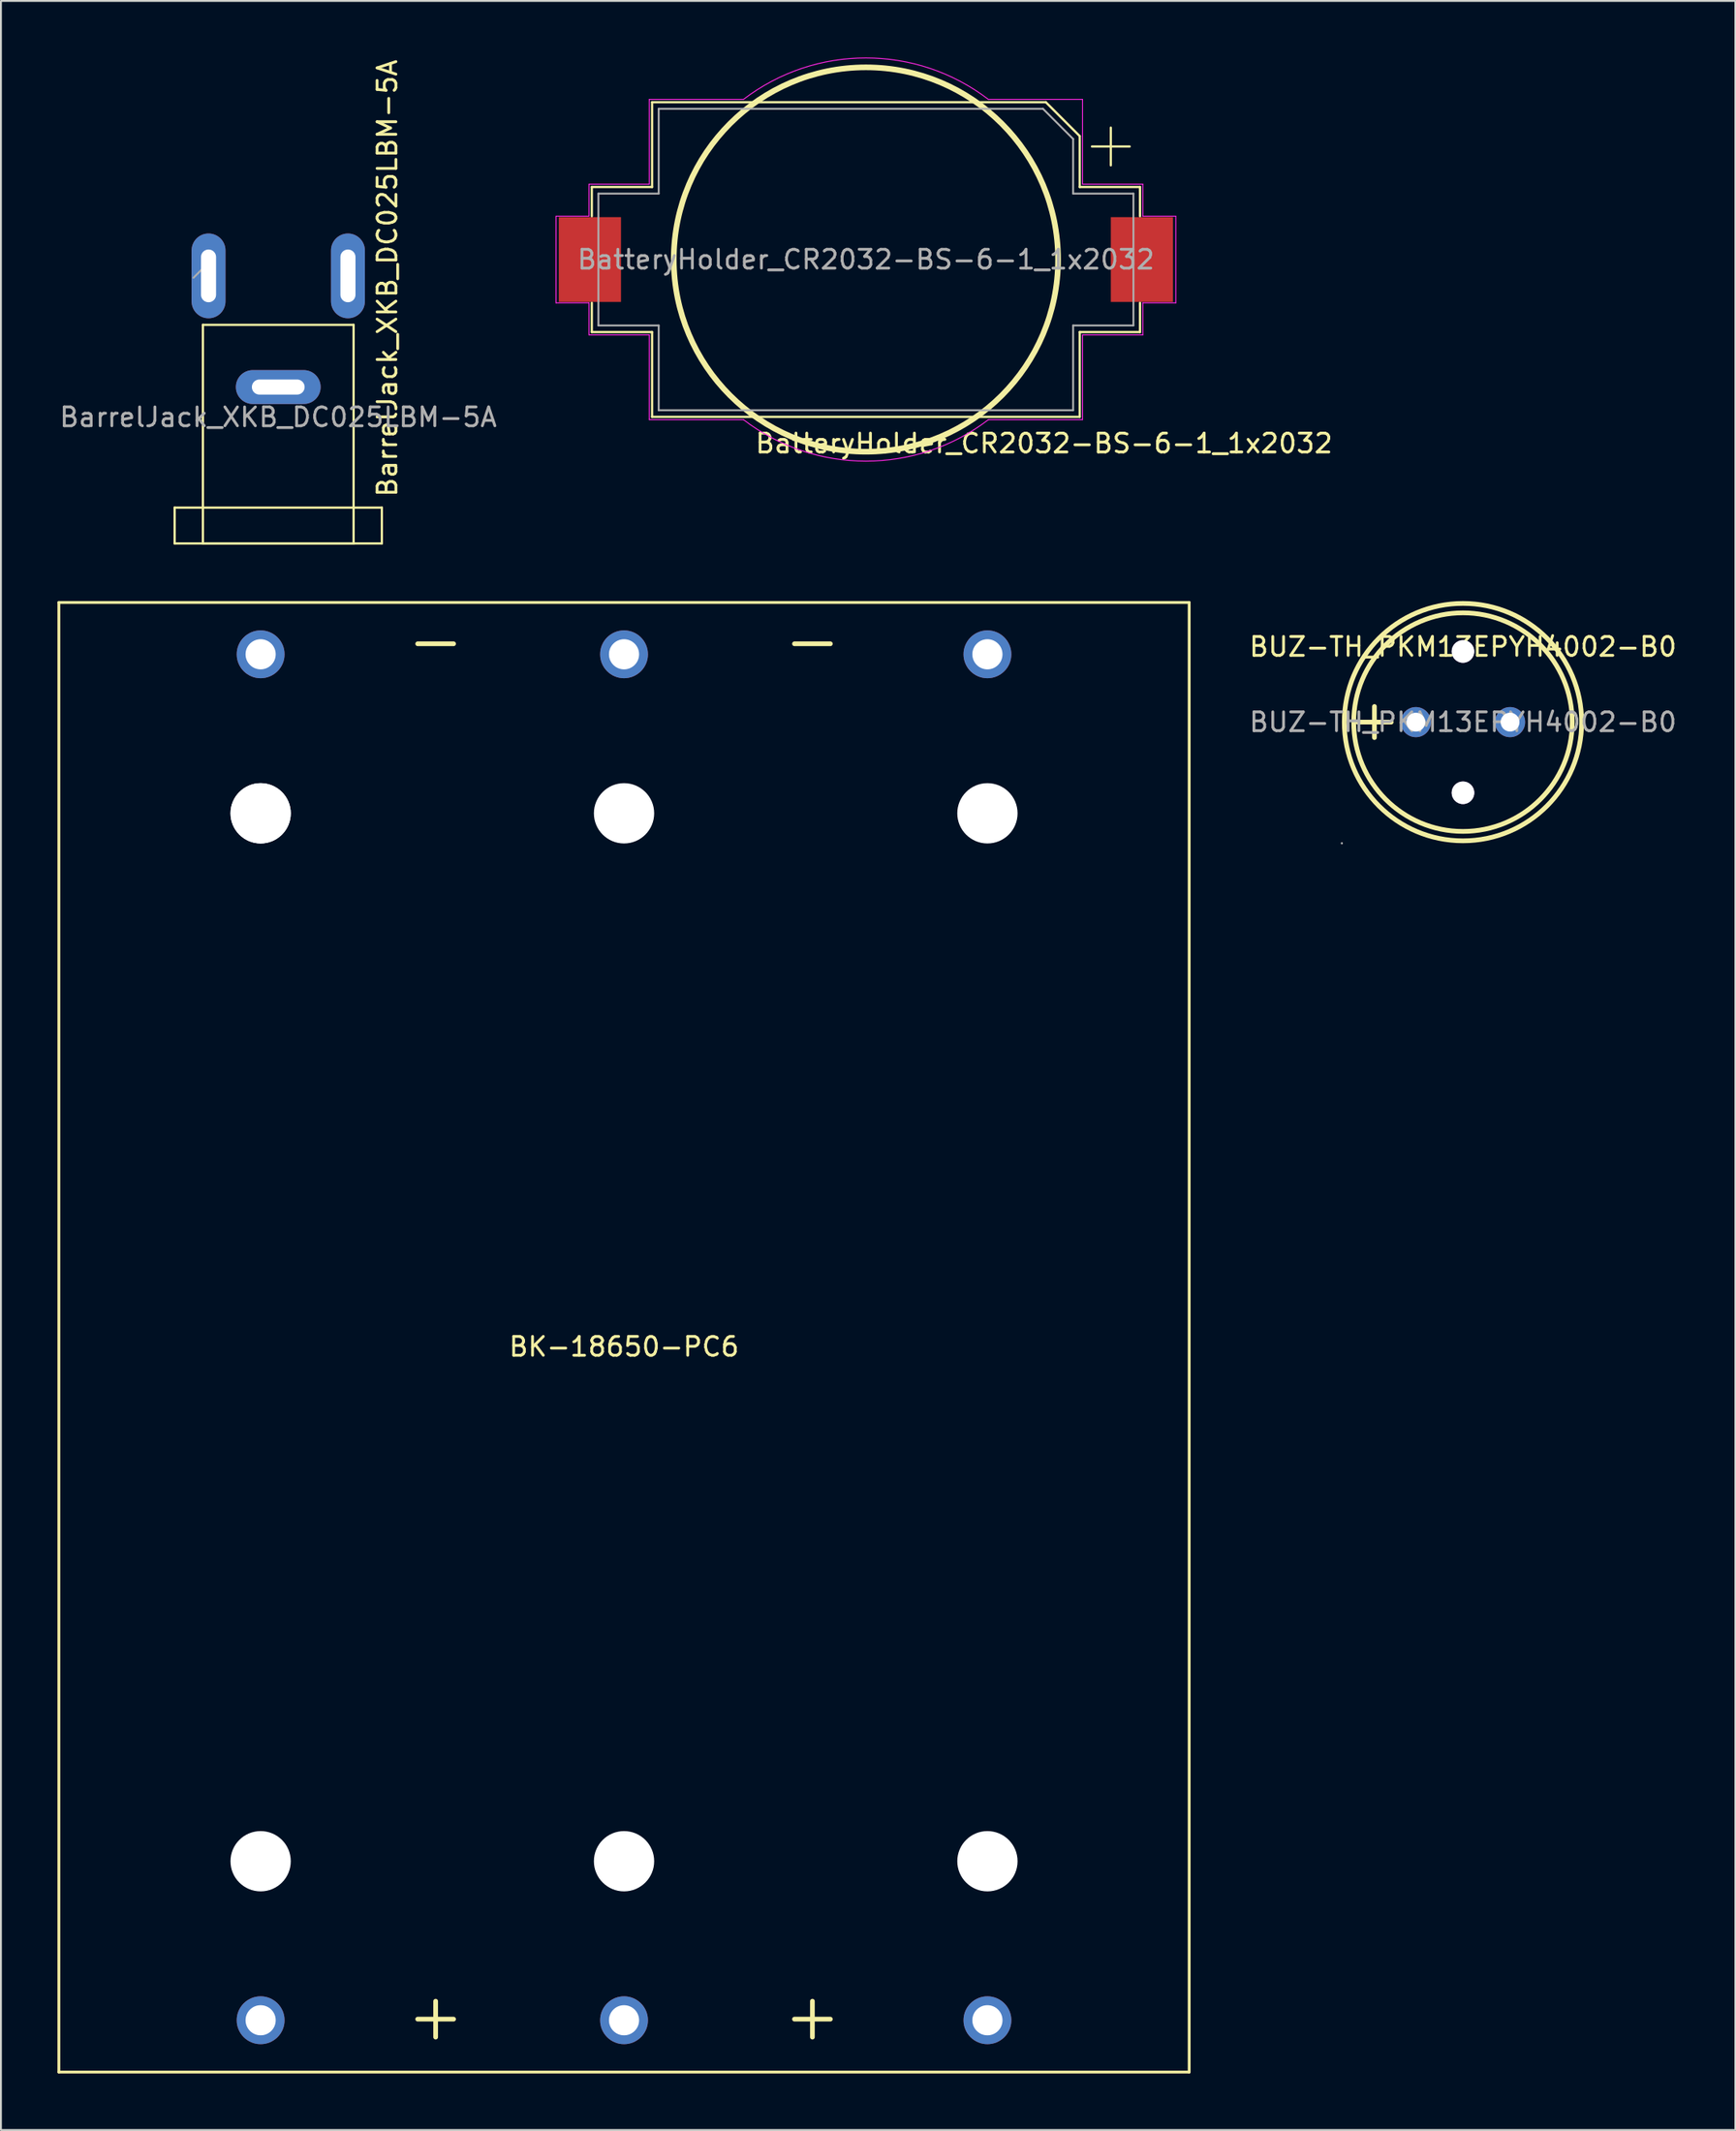
<source format=kicad_pcb>
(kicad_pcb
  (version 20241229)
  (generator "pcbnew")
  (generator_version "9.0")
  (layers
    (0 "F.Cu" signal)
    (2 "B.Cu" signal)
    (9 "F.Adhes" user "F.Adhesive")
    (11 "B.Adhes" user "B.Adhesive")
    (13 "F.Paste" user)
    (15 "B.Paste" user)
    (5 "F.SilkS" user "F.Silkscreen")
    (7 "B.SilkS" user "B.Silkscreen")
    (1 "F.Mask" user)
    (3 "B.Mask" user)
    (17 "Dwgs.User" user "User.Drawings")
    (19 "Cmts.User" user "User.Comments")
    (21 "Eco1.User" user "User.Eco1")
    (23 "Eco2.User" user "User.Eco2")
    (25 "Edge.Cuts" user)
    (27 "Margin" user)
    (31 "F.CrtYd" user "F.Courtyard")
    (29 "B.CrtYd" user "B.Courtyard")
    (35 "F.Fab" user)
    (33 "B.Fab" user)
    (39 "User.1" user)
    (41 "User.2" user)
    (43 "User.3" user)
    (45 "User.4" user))
  (footprint "BarrelJack_XKB_DC025LBM-5A"
    (layer "F.Cu")
    (at 11.72 11.593)
    (property "Reference" "BarrelJack_XKB_DC025LBM-5A" (at 5.791 0.127 90) (layer "F.SilkS") (effects (font (size 1 1) (thickness 0.15))))
    (attr through_hole)
    (fp_line (start -5.5 12.3) (end 5.5 12.3) (stroke (width 0.12) (type solid)) (layer "F.SilkS"))
    (fp_line (start -5.5 14.2) (end -5.5 12.3) (stroke (width 0.12) (type solid)) (layer "F.SilkS"))
    (fp_line (start -4 2.6) (end 4 2.6) (stroke (width 0.12) (type solid)) (layer "F.SilkS"))
    (fp_line (start -4 14.2) (end -4 2.6) (stroke (width 0.12) (type solid)) (layer "F.SilkS"))
    (fp_line (start -4 14.2) (end 4 14.2) (stroke (width 0.12) (type solid)) (layer "F.SilkS"))
    (fp_line (start 4 14.2) (end 4 2.6) (stroke (width 0.12) (type solid)) (layer "F.SilkS"))
    (fp_line (start 5.5 12.3) (end 5.5 14.2) (stroke (width 0.12) (type solid)) (layer "F.SilkS"))
    (fp_line (start 5.5 14.2) (end -5.5 14.2) (stroke (width 0.12) (type solid)) (layer "F.SilkS"))
    (fp_line (start -4.5 0.1) (end -3.5 -0.9) (stroke (width 0.1) (type solid)) (layer "F.Fab"))
    (fp_text user "${REFERENCE}" (at 0 7.5 0) (layer "F.Fab") (effects (font (size 1 1) (thickness 0.15))))
    (pad "1" thru_hole oval (at -3.7 0 90) (size 4.5 1.8) (drill oval 2.8 0.8) (layers "*.Cu" "*.Mask"))
    (pad "2" thru_hole oval (at 0 5.9) (size 4.5 1.8) (drill oval 2.8 0.8) (layers "*.Cu" "*.Mask"))
    (pad "3" thru_hole oval (at 3.7 0 90) (size 4.5 1.8) (drill oval 2.8 0.8) (layers "*.Cu" "*.Mask")))
  (footprint "BK-18650-PC6"
    (layer "F.Cu")
    (at 30.075 67.928)
    (property "Reference" "BK-18650-PC6" (at 0 0.5 0) (layer "F.SilkS") (effects (font (size 1 1) (thickness 0.15))))
    (attr through_hole)
    (fp_line (start -30 -39) (end 30 -39) (stroke (width 0.15) (type solid)) (layer "F.SilkS"))
    (fp_line (start -30 39) (end -30 -39) (stroke (width 0.15) (type solid)) (layer "F.SilkS"))
    (fp_line (start 30 -39) (end 30 39) (stroke (width 0.15) (type solid)) (layer "F.SilkS"))
    (fp_line (start 30 39) (end -30 39) (stroke (width 0.15) (type solid)) (layer "F.SilkS"))
    (fp_text user "+" (at 10 36 0) (layer "F.SilkS") (effects (font (size 2.5 2.5) (thickness 0.25))))
    (fp_text user "+" (at -10 36 0) (layer "F.SilkS") (effects (font (size 2.5 2.5) (thickness 0.25))))
    (fp_text user "-" (at 10 -37 0) (layer "F.SilkS") (effects (font (size 2.5 2.5) (thickness 0.25))))
    (fp_text user "-" (at -10 -37 0) (layer "F.SilkS") (effects (font (size 2.5 2.5) (thickness 0.25))))
    (pad "" np_thru_hole circle (at -19.29 -27.81) (size 3.2 3.2) (drill 3.2) (layers "*.Cu" "*.Mask"))
    (pad "" np_thru_hole circle (at -19.29 -27.81) (size 3.2 3.2) (drill 3.2) (layers "*.Cu" "*.Mask"))
    (pad "" np_thru_hole circle (at -19.29 27.81) (size 3.2 3.2) (drill 3.2) (layers "*.Cu" "*.Mask"))
    (pad "" np_thru_hole circle (at 0 -27.81) (size 3.2 3.2) (drill 3.2) (layers "*.Cu" "*.Mask"))
    (pad "" np_thru_hole circle (at 0 27.81) (size 3.2 3.2) (drill 3.2) (layers "*.Cu" "*.Mask"))
    (pad "" np_thru_hole circle (at 19.29 -27.81) (size 3.2 3.2) (drill 3.2) (layers "*.Cu" "*.Mask"))
    (pad "" np_thru_hole circle (at 19.29 27.81) (size 3.2 3.2) (drill 3.2) (layers "*.Cu" "*.Mask"))
    (pad "1" thru_hole circle (at -19.29 36.25) (size 2.54 2.54) (drill 1.6) (layers "*.Cu" "*.Mask"))
    (pad "1" thru_hole circle (at 0 36.25) (size 2.54 2.54) (drill 1.6) (layers "*.Cu" "*.Mask"))
    (pad "1" thru_hole circle (at 19.29 36.25) (size 2.54 2.54) (drill 1.6) (layers "*.Cu" "*.Mask"))
    (pad "2" thru_hole circle (at -19.29 -36.25) (size 2.54 2.54) (drill 1.6) (layers "*.Cu" "*.Mask"))
    (pad "2" thru_hole circle (at 0 -36.25) (size 2.54 2.54) (drill 1.6) (layers "*.Cu" "*.Mask"))
    (pad "2" thru_hole circle (at 19.29 -36.25) (size 2.54 2.54) (drill 1.6) (layers "*.Cu" "*.Mask")))
  (footprint "BatteryHolder_CR2032-BS-6-1_1x2032"
    (layer "F.Cu")
    (at 42.915 10.725)
    (property "Reference" "BatteryHolder_CR2032-BS-6-1_1x2032" (at 9.454 9.758 180) (layer "F.SilkS") (effects (font (size 1 1) (thickness 0.15))))
    (attr smd)
    (fp_line (start -14.55 -3.85) (end -14.55 -2.3) (stroke (width 0.12) (type solid)) (layer "F.SilkS"))
    (fp_line (start -14.55 3.85) (end -14.55 2.3) (stroke (width 0.12) (type solid)) (layer "F.SilkS"))
    (fp_line (start -11.35 -8.35) (end -11.35 -3.85) (stroke (width 0.12) (type solid)) (layer "F.SilkS"))
    (fp_line (start -11.35 -8.35) (end 9.55 -8.35) (stroke (width 0.12) (type solid)) (layer "F.SilkS"))
    (fp_line (start -11.35 -3.85) (end -14.55 -3.85) (stroke (width 0.12) (type solid)) (layer "F.SilkS"))
    (fp_line (start -11.35 3.85) (end -14.55 3.85) (stroke (width 0.12) (type solid)) (layer "F.SilkS"))
    (fp_line (start -11.35 8.35) (end -11.35 3.85) (stroke (width 0.12) (type solid)) (layer "F.SilkS"))
    (fp_line (start 9.55 -8.35) (end 11.35 -6.55) (stroke (width 0.12) (type solid)) (layer "F.SilkS"))
    (fp_line (start 11.35 -6.55) (end 11.35 -3.85) (stroke (width 0.12) (type solid)) (layer "F.SilkS"))
    (fp_line (start 11.35 -3.85) (end 14.55 -3.85) (stroke (width 0.12) (type solid)) (layer "F.SilkS"))
    (fp_line (start 11.35 3.85) (end 14.55 3.85) (stroke (width 0.12) (type solid)) (layer "F.SilkS"))
    (fp_line (start 11.35 8.35) (end -11.35 8.35) (stroke (width 0.12) (type solid)) (layer "F.SilkS"))
    (fp_line (start 11.35 8.35) (end 11.35 3.85) (stroke (width 0.12) (type solid)) (layer "F.SilkS"))
    (fp_line (start 12 -6) (end 14 -6) (stroke (width 0.12) (type solid)) (layer "F.SilkS"))
    (fp_line (start 13 -5) (end 13 -7) (stroke (width 0.12) (type solid)) (layer "F.SilkS"))
    (fp_line (start 14.55 -3.85) (end 14.55 -2.3) (stroke (width 0.12) (type solid)) (layer "F.SilkS"))
    (fp_line (start 14.55 3.85) (end 14.55 2.3) (stroke (width 0.12) (type solid)) (layer "F.SilkS"))
    (fp_circle (center 0 0) (end -10.2 0) (stroke (width 0.3) (type solid)) (fill no) (layer "F.SilkS"))
    (fp_line (start -16.45 -2.3) (end -14.7 -2.3) (stroke (width 0.05) (type solid)) (layer "F.CrtYd"))
    (fp_line (start -16.45 2.3) (end -16.45 -2.3) (stroke (width 0.05) (type solid)) (layer "F.CrtYd"))
    (fp_line (start -14.7 -4) (end -11.5 -4) (stroke (width 0.05) (type solid)) (layer "F.CrtYd"))
    (fp_line (start -14.7 -2.3) (end -14.7 -4) (stroke (width 0.05) (type solid)) (layer "F.CrtYd"))
    (fp_line (start -14.7 2.3) (end -16.45 2.3) (stroke (width 0.05) (type solid)) (layer "F.CrtYd"))
    (fp_line (start -14.7 4) (end -14.7 2.3) (stroke (width 0.05) (type solid)) (layer "F.CrtYd"))
    (fp_line (start -11.5 -8.5) (end -6.5 -8.5) (stroke (width 0.05) (type solid)) (layer "F.CrtYd"))
    (fp_line (start -11.5 -4) (end -11.5 -8.5) (stroke (width 0.05) (type solid)) (layer "F.CrtYd"))
    (fp_line (start -11.5 4) (end -14.7 4) (stroke (width 0.05) (type solid)) (layer "F.CrtYd"))
    (fp_line (start -11.5 8.5) (end -11.5 4) (stroke (width 0.05) (type solid)) (layer "F.CrtYd"))
    (fp_line (start -11.5 8.5) (end -6.5 8.5) (stroke (width 0.05) (type solid)) (layer "F.CrtYd"))
    (fp_line (start 6.5 -8.5) (end 11.5 -8.5) (stroke (width 0.05) (type solid)) (layer "F.CrtYd"))
    (fp_line (start 11.5 -4) (end 11.5 -8.5) (stroke (width 0.05) (type solid)) (layer "F.CrtYd"))
    (fp_line (start 11.5 4) (end 11.5 8.5) (stroke (width 0.05) (type solid)) (layer "F.CrtYd"))
    (fp_line (start 11.5 8.5) (end 6.5 8.5) (stroke (width 0.05) (type solid)) (layer "F.CrtYd"))
    (fp_line (start 14.7 -4) (end 11.5 -4) (stroke (width 0.05) (type solid)) (layer "F.CrtYd"))
    (fp_line (start 14.7 -4) (end 14.7 -2.3) (stroke (width 0.05) (type solid)) (layer "F.CrtYd"))
    (fp_line (start 14.7 -2.3) (end 16.45 -2.3) (stroke (width 0.05) (type solid)) (layer "F.CrtYd"))
    (fp_line (start 14.7 2.3) (end 14.7 4) (stroke (width 0.05) (type solid)) (layer "F.CrtYd"))
    (fp_line (start 14.7 2.3) (end 16.45 2.3) (stroke (width 0.05) (type solid)) (layer "F.CrtYd"))
    (fp_line (start 14.7 4) (end 11.5 4) (stroke (width 0.05) (type solid)) (layer "F.CrtYd"))
    (fp_line (start 16.45 -2.3) (end 16.45 2.3) (stroke (width 0.05) (type solid)) (layer "F.CrtYd"))
    (fp_arc (start -6.499999 -8.5) (mid 0 -10.700467) (end 6.5 -8.5) (stroke (width 0.05) (type solid)) (layer "F.CrtYd"))
    (fp_arc (start 6.499999 8.5) (mid 0 10.700467) (end -6.5 8.5) (stroke (width 0.05) (type solid)) (layer "F.CrtYd"))
    (fp_line (start -14.2 -3.5) (end -14.2 3.5) (stroke (width 0.1) (type solid)) (layer "F.Fab"))
    (fp_line (start -14.2 3.5) (end -11 3.5) (stroke (width 0.1) (type solid)) (layer "F.Fab"))
    (fp_line (start -11 -8) (end -11 -3.5) (stroke (width 0.1) (type solid)) (layer "F.Fab"))
    (fp_line (start -11 -8) (end 9.4 -8) (stroke (width 0.1) (type solid)) (layer "F.Fab"))
    (fp_line (start -11 -3.5) (end -14.2 -3.5) (stroke (width 0.1) (type solid)) (layer "F.Fab"))
    (fp_line (start -11 8) (end -11 3.5) (stroke (width 0.1) (type solid)) (layer "F.Fab"))
    (fp_line (start -11 8) (end 11 8) (stroke (width 0.1) (type solid)) (layer "F.Fab"))
    (fp_line (start 9.4 -8) (end 11 -6.4) (stroke (width 0.1) (type solid)) (layer "F.Fab"))
    (fp_line (start 11 -6.4) (end 11 -3.5) (stroke (width 0.1) (type solid)) (layer "F.Fab"))
    (fp_line (start 11 -3.5) (end 14.2 -3.5) (stroke (width 0.1) (type solid)) (layer "F.Fab"))
    (fp_line (start 11 8) (end 11 3.5) (stroke (width 0.1) (type solid)) (layer "F.Fab"))
    (fp_line (start 14.2 -3.5) (end 14.2 3.5) (stroke (width 0.1) (type solid)) (layer "F.Fab"))
    (fp_line (start 14.2 3.5) (end 11 3.5) (stroke (width 0.1) (type solid)) (layer "F.Fab"))
    (fp_text user "${REFERENCE}" (at 0 0 180) (layer "F.Fab") (effects (font (size 1 1) (thickness 0.15))))
    (pad "1" smd rect (at 14.65 0) (size 3.3 4.5) (layers "F.Cu" "F.Mask" "F.Paste"))
    (pad "2" smd rect (at -14.65 0) (size 3.3 4.5) (layers "F.Cu" "F.Mask" "F.Paste")))
  (footprint "BUZ-TH_PKM13EPYH4002-B0"
    (layer "F.Cu")
    (at 74.608 35.278)
    (property "Reference" "BUZ-TH_PKM13EPYH4002-B0" (at 0 -4 0) (layer "F.SilkS") (effects (font (size 1 1) (thickness 0.15))))
    (attr through_hole)
    (fp_line (start -5.59 0) (end -3.81 0) (stroke (width 0.25) (type solid)) (layer "F.SilkS"))
    (fp_line (start -4.7 0.82) (end -4.7 -0.83) (stroke (width 0.25) (type solid)) (layer "F.SilkS"))
    (fp_circle (center 0 0) (end 5.8 0) (stroke (width 0.25) (type solid)) (fill no) (layer "F.SilkS"))
    (fp_circle (center 0 0) (end 6.3 0) (stroke (width 0.25) (type solid)) (fill no) (layer "F.SilkS"))
    (fp_circle (center -6.43 6.43) (end -6.4 6.43) (stroke (width 0.06) (type solid)) (fill no) (layer "F.Fab"))
    (fp_circle (center -2.5 0) (end -2.3 0) (stroke (width 0.4) (type solid)) (fill no) (layer "F.Fab"))
    (fp_circle (center 0 -3.75) (end 0.25 -3.75) (stroke (width 0.5) (type solid)) (fill no) (layer "F.Fab"))
    (fp_circle (center 0 3.75) (end 0.25 3.75) (stroke (width 0.5) (type solid)) (fill no) (layer "F.Fab"))
    (fp_circle (center 2.5 0) (end 2.7 0) (stroke (width 0.4) (type solid)) (fill no) (layer "F.Fab"))
    (fp_text user "${REFERENCE}" (at 0 0 0) (layer "F.Fab") (effects (font (size 1 1) (thickness 0.15))))
    (pad "" thru_hole circle (at 0 -3.75) (size 1.2 1.2) (drill 1.2) (layers "*.Cu" "*.Mask"))
    (pad "" thru_hole circle (at 0 3.75) (size 1.2 1.2) (drill 1.2) (layers "*.Cu" "*.Mask"))
    (pad "1" thru_hole circle (at -2.5 0) (size 1.6 1.6) (drill 1) (layers "*.Cu" "*.Paste" "*.Mask"))
    (pad "2" thru_hole circle (at 2.5 0) (size 1.6 1.6) (drill 1) (layers "*.Cu" "*.Paste" "*.Mask")))
  (gr_rect
    (start -3 -3)
    (end 89.067 110.003)
    (stroke (width 0.1) (type default))
    (fill no)
    (layer "Edge.Cuts")))
</source>
